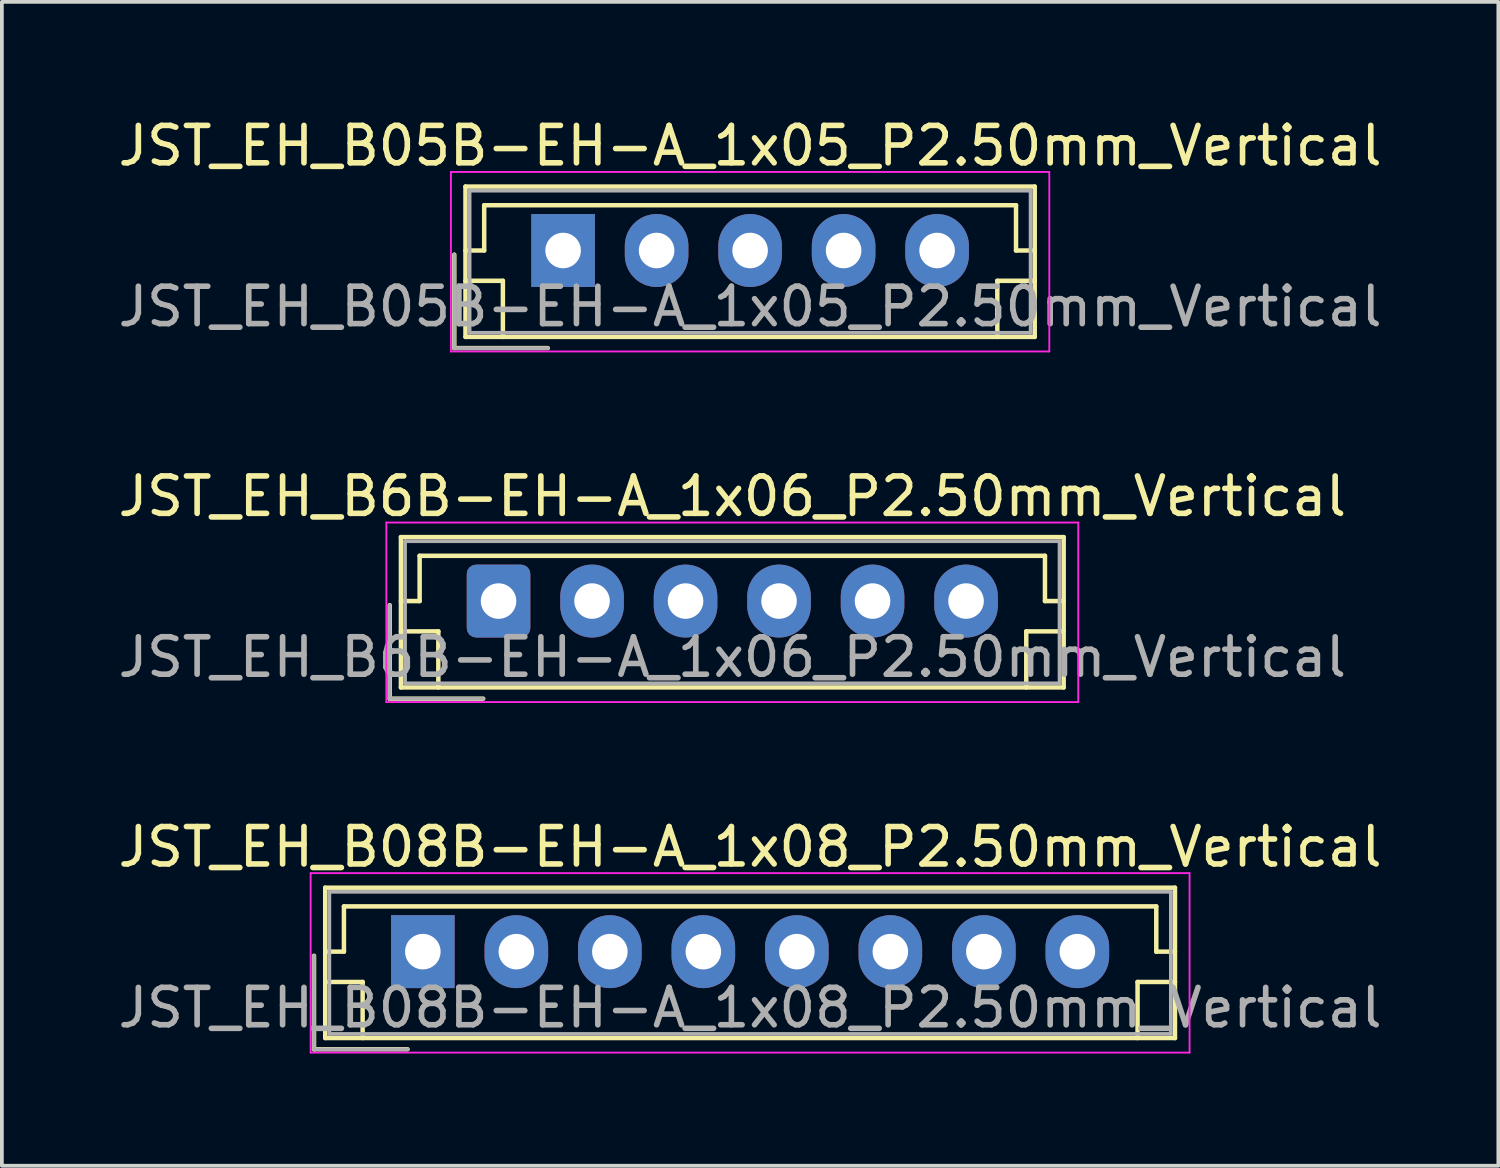
<source format=kicad_pcb>
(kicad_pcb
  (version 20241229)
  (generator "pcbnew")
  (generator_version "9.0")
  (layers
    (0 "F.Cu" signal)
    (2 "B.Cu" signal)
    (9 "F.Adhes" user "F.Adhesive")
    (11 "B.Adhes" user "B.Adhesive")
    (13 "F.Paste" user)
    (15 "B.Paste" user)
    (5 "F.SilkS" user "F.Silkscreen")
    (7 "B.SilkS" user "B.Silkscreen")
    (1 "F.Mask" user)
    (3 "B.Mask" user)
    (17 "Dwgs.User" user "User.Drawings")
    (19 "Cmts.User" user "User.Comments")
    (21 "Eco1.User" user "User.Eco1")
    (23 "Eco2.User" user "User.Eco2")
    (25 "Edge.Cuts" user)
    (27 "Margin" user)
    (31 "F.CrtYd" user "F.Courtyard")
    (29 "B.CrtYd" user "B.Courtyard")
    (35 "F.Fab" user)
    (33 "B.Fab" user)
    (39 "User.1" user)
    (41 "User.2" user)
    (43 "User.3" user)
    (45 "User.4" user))
  (footprint "JST_EH_B6B-EH-A_1x06_P2.50mm_Vertical"
    (layer "F.Cu")
    (at 10.28 13.021)
    (property "Reference" "JST_EH_B6B-EH-A_1x06_P2.50mm_Vertical" (at 6.25 -2.8 0) (layer "F.SilkS") (effects (font (size 1 1) (thickness 0.15))))
    (attr through_hole)
    (fp_line (start -2.91 0.11) (end -2.91 2.61) (stroke (width 0.12) (type solid)) (layer "F.SilkS"))
    (fp_line (start -2.91 2.61) (end -0.41 2.61) (stroke (width 0.12) (type solid)) (layer "F.SilkS"))
    (fp_line (start -2.61 -1.71) (end -2.61 2.31) (stroke (width 0.12) (type solid)) (layer "F.SilkS"))
    (fp_line (start -2.61 0) (end -2.11 0) (stroke (width 0.12) (type solid)) (layer "F.SilkS"))
    (fp_line (start -2.61 0.81) (end -1.61 0.81) (stroke (width 0.12) (type solid)) (layer "F.SilkS"))
    (fp_line (start -2.61 2.31) (end 15.11 2.31) (stroke (width 0.12) (type solid)) (layer "F.SilkS"))
    (fp_line (start -2.11 -1.21) (end 14.61 -1.21) (stroke (width 0.12) (type solid)) (layer "F.SilkS"))
    (fp_line (start -2.11 0) (end -2.11 -1.21) (stroke (width 0.12) (type solid)) (layer "F.SilkS"))
    (fp_line (start -1.61 0.81) (end -1.61 2.31) (stroke (width 0.12) (type solid)) (layer "F.SilkS"))
    (fp_line (start 14.11 0.81) (end 14.11 2.31) (stroke (width 0.12) (type solid)) (layer "F.SilkS"))
    (fp_line (start 14.61 -1.21) (end 14.61 0) (stroke (width 0.12) (type solid)) (layer "F.SilkS"))
    (fp_line (start 14.61 0) (end 15.11 0) (stroke (width 0.12) (type solid)) (layer "F.SilkS"))
    (fp_line (start 15.11 -1.71) (end -2.61 -1.71) (stroke (width 0.12) (type solid)) (layer "F.SilkS"))
    (fp_line (start 15.11 0.81) (end 14.11 0.81) (stroke (width 0.12) (type solid)) (layer "F.SilkS"))
    (fp_line (start 15.11 2.31) (end 15.11 -1.71) (stroke (width 0.12) (type solid)) (layer "F.SilkS"))
    (fp_line (start -3 -2.1) (end -3 2.7) (stroke (width 0.05) (type solid)) (layer "F.CrtYd"))
    (fp_line (start -3 2.7) (end 15.5 2.7) (stroke (width 0.05) (type solid)) (layer "F.CrtYd"))
    (fp_line (start 15.5 -2.1) (end -3 -2.1) (stroke (width 0.05) (type solid)) (layer "F.CrtYd"))
    (fp_line (start 15.5 2.7) (end 15.5 -2.1) (stroke (width 0.05) (type solid)) (layer "F.CrtYd"))
    (fp_line (start -2.91 0.11) (end -2.91 2.61) (stroke (width 0.1) (type solid)) (layer "F.Fab"))
    (fp_line (start -2.91 2.61) (end -0.41 2.61) (stroke (width 0.1) (type solid)) (layer "F.Fab"))
    (fp_line (start -2.5 -1.6) (end -2.5 2.2) (stroke (width 0.1) (type solid)) (layer "F.Fab"))
    (fp_line (start -2.5 2.2) (end 15 2.2) (stroke (width 0.1) (type solid)) (layer "F.Fab"))
    (fp_line (start 15 -1.6) (end -2.5 -1.6) (stroke (width 0.1) (type solid)) (layer "F.Fab"))
    (fp_line (start 15 2.2) (end 15 -1.6) (stroke (width 0.1) (type solid)) (layer "F.Fab"))
    (fp_text user "${REFERENCE}" (at 6.25 1.5 0) (layer "F.Fab") (effects (font (size 1 1) (thickness 0.15))))
    (pad "1" thru_hole roundrect (at 0 0) (size 1.7 1.95) (drill 0.95) (layers "*.Cu" "*.Mask") (roundrect_rratio 0.147))
    (pad "2" thru_hole oval (at 2.5 0) (size 1.7 1.95) (drill 0.95) (layers "*.Cu" "*.Mask"))
    (pad "3" thru_hole oval (at 5 0) (size 1.7 1.95) (drill 0.95) (layers "*.Cu" "*.Mask"))
    (pad "4" thru_hole oval (at 7.5 0) (size 1.7 1.95) (drill 0.95) (layers "*.Cu" "*.Mask"))
    (pad "5" thru_hole oval (at 10 0) (size 1.7 1.95) (drill 0.95) (layers "*.Cu" "*.Mask"))
    (pad "6" thru_hole oval (at 12.5 0) (size 1.7 1.95) (drill 0.95) (layers "*.Cu" "*.Mask")))
  (footprint "JST_EH_B08B-EH-A_1x08_P2.50mm_Vertical"
    (layer "F.Cu")
    (at 8.256 22.395)
    (property "Reference" "JST_EH_B08B-EH-A_1x08_P2.50mm_Vertical" (at 8.75 -2.8 0) (layer "F.SilkS") (effects (font (size 1 1) (thickness 0.15))))
    (attr through_hole)
    (fp_line (start -2.91 0.11) (end -2.91 2.61) (stroke (width 0.12) (type solid)) (layer "F.SilkS"))
    (fp_line (start -2.91 2.61) (end -0.41 2.61) (stroke (width 0.12) (type solid)) (layer "F.SilkS"))
    (fp_line (start -2.61 -1.71) (end -2.61 2.31) (stroke (width 0.12) (type solid)) (layer "F.SilkS"))
    (fp_line (start -2.61 0) (end -2.11 0) (stroke (width 0.12) (type solid)) (layer "F.SilkS"))
    (fp_line (start -2.61 0.81) (end -1.61 0.81) (stroke (width 0.12) (type solid)) (layer "F.SilkS"))
    (fp_line (start -2.61 2.31) (end 20.11 2.31) (stroke (width 0.12) (type solid)) (layer "F.SilkS"))
    (fp_line (start -2.11 -1.21) (end 19.61 -1.21) (stroke (width 0.12) (type solid)) (layer "F.SilkS"))
    (fp_line (start -2.11 0) (end -2.11 -1.21) (stroke (width 0.12) (type solid)) (layer "F.SilkS"))
    (fp_line (start -1.61 0.81) (end -1.61 2.31) (stroke (width 0.12) (type solid)) (layer "F.SilkS"))
    (fp_line (start 19.11 0.81) (end 19.11 2.31) (stroke (width 0.12) (type solid)) (layer "F.SilkS"))
    (fp_line (start 19.61 -1.21) (end 19.61 0) (stroke (width 0.12) (type solid)) (layer "F.SilkS"))
    (fp_line (start 19.61 0) (end 20.11 0) (stroke (width 0.12) (type solid)) (layer "F.SilkS"))
    (fp_line (start 20.11 -1.71) (end -2.61 -1.71) (stroke (width 0.12) (type solid)) (layer "F.SilkS"))
    (fp_line (start 20.11 0.81) (end 19.11 0.81) (stroke (width 0.12) (type solid)) (layer "F.SilkS"))
    (fp_line (start 20.11 2.31) (end 20.11 -1.71) (stroke (width 0.12) (type solid)) (layer "F.SilkS"))
    (fp_line (start -3 -2.1) (end -3 2.7) (stroke (width 0.05) (type solid)) (layer "F.CrtYd"))
    (fp_line (start -3 2.7) (end 20.5 2.7) (stroke (width 0.05) (type solid)) (layer "F.CrtYd"))
    (fp_line (start 20.5 -2.1) (end -3 -2.1) (stroke (width 0.05) (type solid)) (layer "F.CrtYd"))
    (fp_line (start 20.5 2.7) (end 20.5 -2.1) (stroke (width 0.05) (type solid)) (layer "F.CrtYd"))
    (fp_line (start -2.91 0.11) (end -2.91 2.61) (stroke (width 0.1) (type solid)) (layer "F.Fab"))
    (fp_line (start -2.91 2.61) (end -0.41 2.61) (stroke (width 0.1) (type solid)) (layer "F.Fab"))
    (fp_line (start -2.5 -1.6) (end -2.5 2.2) (stroke (width 0.1) (type solid)) (layer "F.Fab"))
    (fp_line (start -2.5 2.2) (end 20 2.2) (stroke (width 0.1) (type solid)) (layer "F.Fab"))
    (fp_line (start 20 -1.6) (end -2.5 -1.6) (stroke (width 0.1) (type solid)) (layer "F.Fab"))
    (fp_line (start 20 2.2) (end 20 -1.6) (stroke (width 0.1) (type solid)) (layer "F.Fab"))
    (fp_text user "${REFERENCE}" (at 8.75 1.5 0) (layer "F.Fab") (effects (font (size 1 1) (thickness 0.15))))
    (pad "1" thru_hole rect (at 0 0) (size 1.7 1.95) (drill 0.95) (layers "*.Cu" "*.Mask"))
    (pad "2" thru_hole oval (at 2.5 0) (size 1.7 1.95) (drill 0.95) (layers "*.Cu" "*.Mask"))
    (pad "3" thru_hole oval (at 5 0) (size 1.7 1.95) (drill 0.95) (layers "*.Cu" "*.Mask"))
    (pad "4" thru_hole oval (at 7.5 0) (size 1.7 1.95) (drill 0.95) (layers "*.Cu" "*.Mask"))
    (pad "5" thru_hole oval (at 10 0) (size 1.7 1.95) (drill 0.95) (layers "*.Cu" "*.Mask"))
    (pad "6" thru_hole oval (at 12.5 0) (size 1.7 1.95) (drill 0.95) (layers "*.Cu" "*.Mask"))
    (pad "7" thru_hole oval (at 15 0) (size 1.7 1.95) (drill 0.95) (layers "*.Cu" "*.Mask"))
    (pad "8" thru_hole oval (at 17.5 0) (size 1.7 1.95) (drill 0.95) (layers "*.Cu" "*.Mask")))
  (footprint "JST_EH_B05B-EH-A_1x05_P2.50mm_Vertical"
    (layer "F.Cu")
    (at 12.006 3.648)
    (property "Reference" "JST_EH_B05B-EH-A_1x05_P2.50mm_Vertical" (at 5 -2.8 0) (layer "F.SilkS") (effects (font (size 1 1) (thickness 0.15))))
    (attr through_hole)
    (fp_line (start -2.91 0.11) (end -2.91 2.61) (stroke (width 0.12) (type solid)) (layer "F.SilkS"))
    (fp_line (start -2.91 2.61) (end -0.41 2.61) (stroke (width 0.12) (type solid)) (layer "F.SilkS"))
    (fp_line (start -2.61 -1.71) (end -2.61 2.31) (stroke (width 0.12) (type solid)) (layer "F.SilkS"))
    (fp_line (start -2.61 0) (end -2.11 0) (stroke (width 0.12) (type solid)) (layer "F.SilkS"))
    (fp_line (start -2.61 0.81) (end -1.61 0.81) (stroke (width 0.12) (type solid)) (layer "F.SilkS"))
    (fp_line (start -2.61 2.31) (end 12.61 2.31) (stroke (width 0.12) (type solid)) (layer "F.SilkS"))
    (fp_line (start -2.11 -1.21) (end 12.11 -1.21) (stroke (width 0.12) (type solid)) (layer "F.SilkS"))
    (fp_line (start -2.11 0) (end -2.11 -1.21) (stroke (width 0.12) (type solid)) (layer "F.SilkS"))
    (fp_line (start -1.61 0.81) (end -1.61 2.31) (stroke (width 0.12) (type solid)) (layer "F.SilkS"))
    (fp_line (start 11.61 0.81) (end 11.61 2.31) (stroke (width 0.12) (type solid)) (layer "F.SilkS"))
    (fp_line (start 12.11 -1.21) (end 12.11 0) (stroke (width 0.12) (type solid)) (layer "F.SilkS"))
    (fp_line (start 12.11 0) (end 12.61 0) (stroke (width 0.12) (type solid)) (layer "F.SilkS"))
    (fp_line (start 12.61 -1.71) (end -2.61 -1.71) (stroke (width 0.12) (type solid)) (layer "F.SilkS"))
    (fp_line (start 12.61 0.81) (end 11.61 0.81) (stroke (width 0.12) (type solid)) (layer "F.SilkS"))
    (fp_line (start 12.61 2.31) (end 12.61 -1.71) (stroke (width 0.12) (type solid)) (layer "F.SilkS"))
    (fp_line (start -3 -2.1) (end -3 2.7) (stroke (width 0.05) (type solid)) (layer "F.CrtYd"))
    (fp_line (start -3 2.7) (end 13 2.7) (stroke (width 0.05) (type solid)) (layer "F.CrtYd"))
    (fp_line (start 13 -2.1) (end -3 -2.1) (stroke (width 0.05) (type solid)) (layer "F.CrtYd"))
    (fp_line (start 13 2.7) (end 13 -2.1) (stroke (width 0.05) (type solid)) (layer "F.CrtYd"))
    (fp_line (start -2.91 0.11) (end -2.91 2.61) (stroke (width 0.1) (type solid)) (layer "F.Fab"))
    (fp_line (start -2.91 2.61) (end -0.41 2.61) (stroke (width 0.1) (type solid)) (layer "F.Fab"))
    (fp_line (start -2.5 -1.6) (end -2.5 2.2) (stroke (width 0.1) (type solid)) (layer "F.Fab"))
    (fp_line (start -2.5 2.2) (end 12.5 2.2) (stroke (width 0.1) (type solid)) (layer "F.Fab"))
    (fp_line (start 12.5 -1.6) (end -2.5 -1.6) (stroke (width 0.1) (type solid)) (layer "F.Fab"))
    (fp_line (start 12.5 2.2) (end 12.5 -1.6) (stroke (width 0.1) (type solid)) (layer "F.Fab"))
    (fp_text user "${REFERENCE}" (at 5 1.5 0) (layer "F.Fab") (effects (font (size 1 1) (thickness 0.15))))
    (pad "1" thru_hole rect (at 0 0) (size 1.7 1.95) (drill 0.95) (layers "*.Cu" "*.Mask"))
    (pad "2" thru_hole oval (at 2.5 0) (size 1.7 1.95) (drill 0.95) (layers "*.Cu" "*.Mask"))
    (pad "3" thru_hole oval (at 5 0) (size 1.7 1.95) (drill 0.95) (layers "*.Cu" "*.Mask"))
    (pad "4" thru_hole oval (at 7.5 0) (size 1.7 1.95) (drill 0.95) (layers "*.Cu" "*.Mask"))
    (pad "5" thru_hole oval (at 10 0) (size 1.7 1.95) (drill 0.95) (layers "*.Cu" "*.Mask")))
  (gr_rect
    (start -3 -3)
    (end 37.012 28.12)
    (stroke (width 0.1) (type default))
    (fill no)
    (layer "Edge.Cuts")))
</source>
